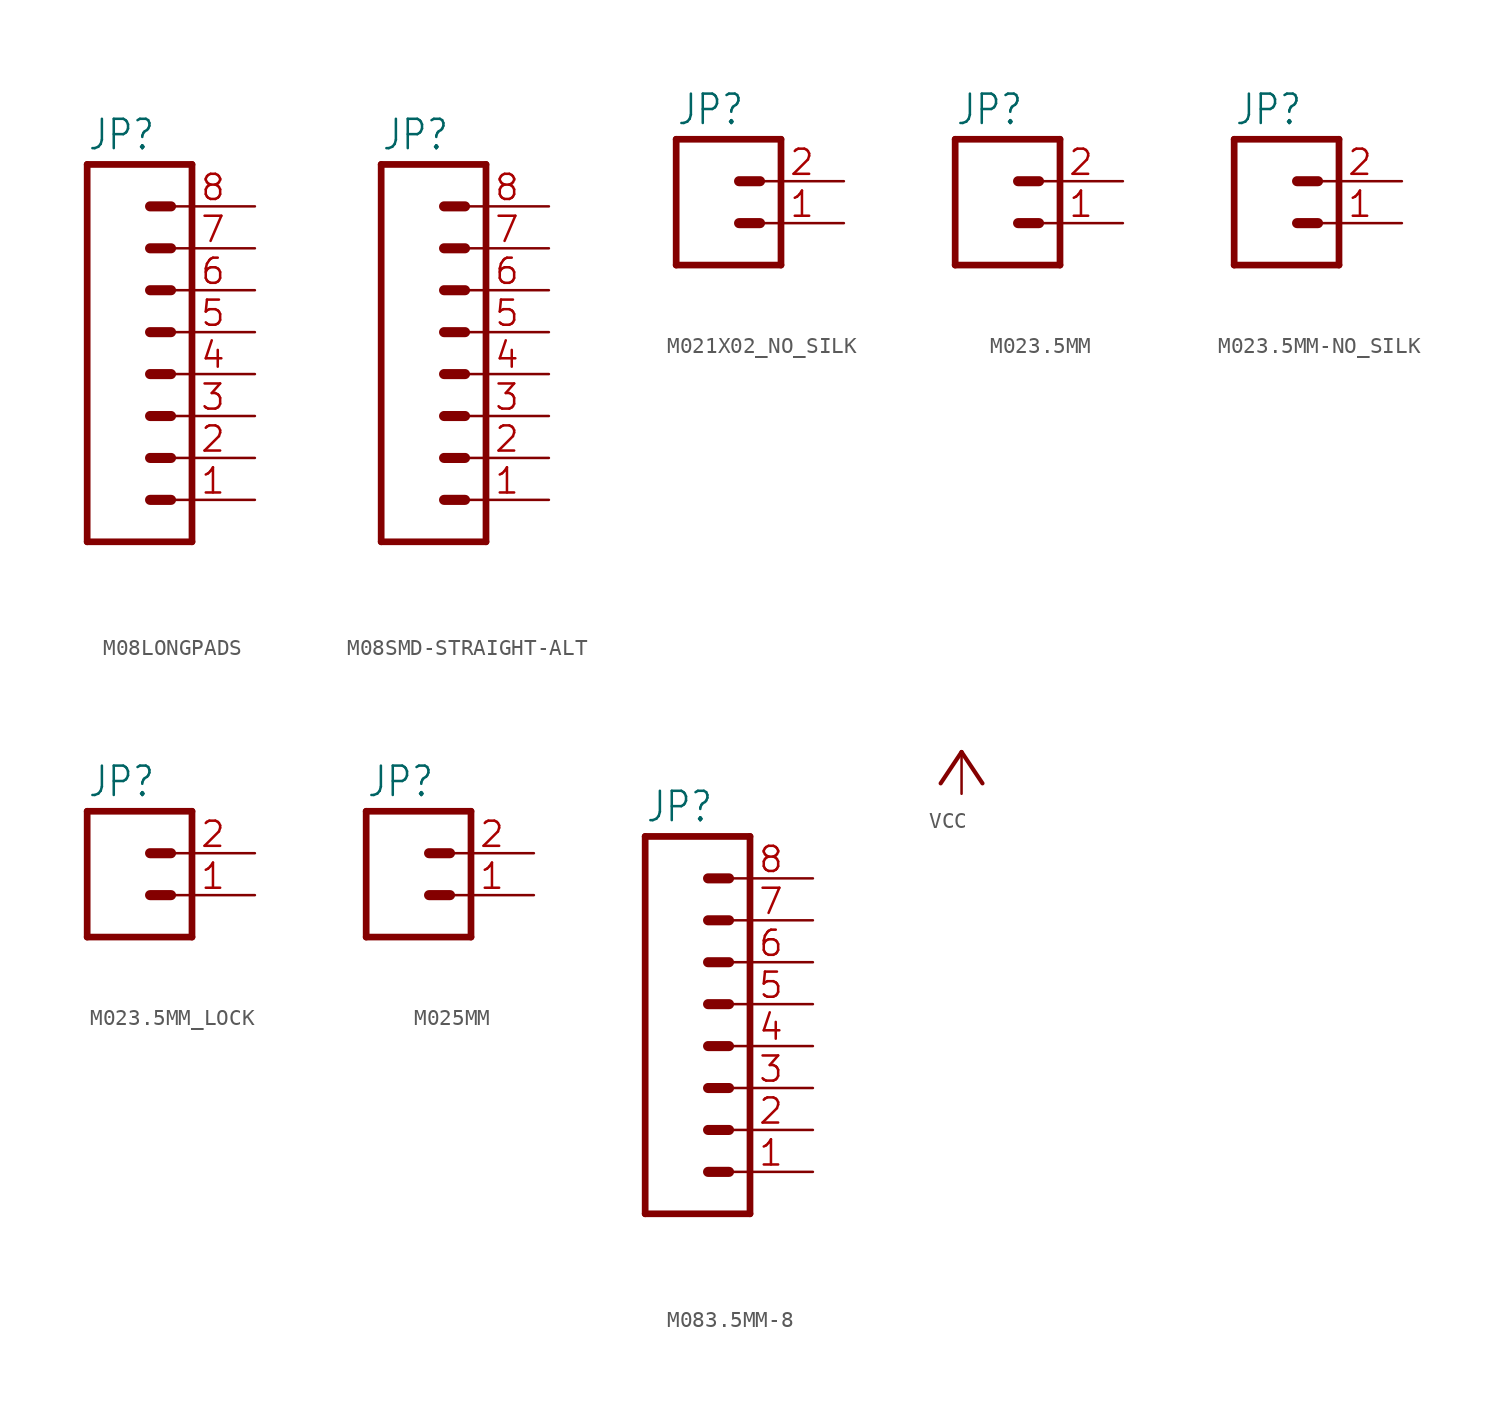
<source format=kicad_sym>
(kicad_symbol_lib
  (version 20241209)
  (generator "kicad_symbol_editor")
  (generator_version "9.0")
  (symbol "M08LONGPADS"
    (property "Reference" "JP"
      (at -5.08 13.462 0)
      (effects (font (size 1.778 1.511)) (justify left bottom)))
    (property "Value" ""
      (at -5.08 -12.7 0)
      (effects (font (size 1.778 1.511)) (justify left bottom)))
    (property "ki_locked" ""
      (at 0 0 0)
      (effects (font (size 1.27 1.27))))
    (symbol "M08LONGPADS_1_0"
      (polyline (pts (xy -5.08 12.7) (xy -5.08 -10.16)) (stroke (width 0.406) (type solid)) (fill (type none)))
      (polyline (pts (xy -5.08 12.7) (xy 1.27 12.7)) (stroke (width 0.406) (type solid)) (fill (type none)))
      (polyline (pts (xy -1.27 10.16) (xy 0 10.16)) (stroke (width 0.61) (type solid)) (fill (type none)))
      (polyline (pts (xy -1.27 7.62) (xy 0 7.62)) (stroke (width 0.61) (type solid)) (fill (type none)))
      (polyline (pts (xy -1.27 5.08) (xy 0 5.08)) (stroke (width 0.61) (type solid)) (fill (type none)))
      (polyline (pts (xy -1.27 2.54) (xy 0 2.54)) (stroke (width 0.61) (type solid)) (fill (type none)))
      (polyline (pts (xy -1.27 0) (xy 0 0)) (stroke (width 0.61) (type solid)) (fill (type none)))
      (polyline (pts (xy -1.27 -2.54) (xy 0 -2.54)) (stroke (width 0.61) (type solid)) (fill (type none)))
      (polyline (pts (xy -1.27 -5.08) (xy 0 -5.08)) (stroke (width 0.61) (type solid)) (fill (type none)))
      (polyline (pts (xy -1.27 -7.62) (xy 0 -7.62)) (stroke (width 0.61) (type solid)) (fill (type none)))
      (polyline (pts (xy 1.27 -10.16) (xy -5.08 -10.16)) (stroke (width 0.406) (type solid)) (fill (type none)))
      (polyline (pts (xy 1.27 -10.16) (xy 1.27 12.7)) (stroke (width 0.406) (type solid)) (fill (type none)))
      (pin passive line (at 5.08 10.16 180) (length 5.08) (name "8" (effects (font (size 0 0)))) (number "8" (effects (font (size 1.524 1.524)))))
      (pin passive line (at 5.08 7.62 180) (length 5.08) (name "7" (effects (font (size 0 0)))) (number "7" (effects (font (size 1.524 1.524)))))
      (pin passive line (at 5.08 5.08 180) (length 5.08) (name "6" (effects (font (size 0 0)))) (number "6" (effects (font (size 1.524 1.524)))))
      (pin passive line (at 5.08 2.54 180) (length 5.08) (name "5" (effects (font (size 0 0)))) (number "5" (effects (font (size 1.524 1.524)))))
      (pin passive line (at 5.08 0 180) (length 5.08) (name "4" (effects (font (size 0 0)))) (number "4" (effects (font (size 1.524 1.524)))))
      (pin passive line (at 5.08 -2.54 180) (length 5.08) (name "3" (effects (font (size 0 0)))) (number "3" (effects (font (size 1.524 1.524)))))
      (pin passive line (at 5.08 -5.08 180) (length 5.08) (name "2" (effects (font (size 0 0)))) (number "2" (effects (font (size 1.524 1.524)))))
      (pin passive line (at 5.08 -7.62 180) (length 5.08) (name "1" (effects (font (size 0 0)))) (number "1" (effects (font (size 1.524 1.524)))))))
  (symbol "M08SMD-STRAIGHT-ALT"
    (property "Reference" "JP"
      (at -5.08 13.462 0)
      (effects (font (size 1.778 1.511)) (justify left bottom)))
    (property "Value" ""
      (at -5.08 -12.7 0)
      (effects (font (size 1.778 1.511)) (justify left bottom)))
    (property "ki_locked" ""
      (at 0 0 0)
      (effects (font (size 1.27 1.27))))
    (symbol "M08SMD-STRAIGHT-ALT_1_0"
      (polyline (pts (xy -5.08 12.7) (xy -5.08 -10.16)) (stroke (width 0.406) (type solid)) (fill (type none)))
      (polyline (pts (xy -5.08 12.7) (xy 1.27 12.7)) (stroke (width 0.406) (type solid)) (fill (type none)))
      (polyline (pts (xy -1.27 10.16) (xy 0 10.16)) (stroke (width 0.61) (type solid)) (fill (type none)))
      (polyline (pts (xy -1.27 7.62) (xy 0 7.62)) (stroke (width 0.61) (type solid)) (fill (type none)))
      (polyline (pts (xy -1.27 5.08) (xy 0 5.08)) (stroke (width 0.61) (type solid)) (fill (type none)))
      (polyline (pts (xy -1.27 2.54) (xy 0 2.54)) (stroke (width 0.61) (type solid)) (fill (type none)))
      (polyline (pts (xy -1.27 0) (xy 0 0)) (stroke (width 0.61) (type solid)) (fill (type none)))
      (polyline (pts (xy -1.27 -2.54) (xy 0 -2.54)) (stroke (width 0.61) (type solid)) (fill (type none)))
      (polyline (pts (xy -1.27 -5.08) (xy 0 -5.08)) (stroke (width 0.61) (type solid)) (fill (type none)))
      (polyline (pts (xy -1.27 -7.62) (xy 0 -7.62)) (stroke (width 0.61) (type solid)) (fill (type none)))
      (polyline (pts (xy 1.27 -10.16) (xy -5.08 -10.16)) (stroke (width 0.406) (type solid)) (fill (type none)))
      (polyline (pts (xy 1.27 -10.16) (xy 1.27 12.7)) (stroke (width 0.406) (type solid)) (fill (type none)))
      (pin passive line (at 5.08 10.16 180) (length 5.08) (name "8" (effects (font (size 0 0)))) (number "8" (effects (font (size 1.524 1.524)))))
      (pin passive line (at 5.08 7.62 180) (length 5.08) (name "7" (effects (font (size 0 0)))) (number "7" (effects (font (size 1.524 1.524)))))
      (pin passive line (at 5.08 5.08 180) (length 5.08) (name "6" (effects (font (size 0 0)))) (number "6" (effects (font (size 1.524 1.524)))))
      (pin passive line (at 5.08 2.54 180) (length 5.08) (name "5" (effects (font (size 0 0)))) (number "5" (effects (font (size 1.524 1.524)))))
      (pin passive line (at 5.08 0 180) (length 5.08) (name "4" (effects (font (size 0 0)))) (number "4" (effects (font (size 1.524 1.524)))))
      (pin passive line (at 5.08 -2.54 180) (length 5.08) (name "3" (effects (font (size 0 0)))) (number "3" (effects (font (size 1.524 1.524)))))
      (pin passive line (at 5.08 -5.08 180) (length 5.08) (name "2" (effects (font (size 0 0)))) (number "2" (effects (font (size 1.524 1.524)))))
      (pin passive line (at 5.08 -7.62 180) (length 5.08) (name "1" (effects (font (size 0 0)))) (number "1" (effects (font (size 1.524 1.524)))))))
  (symbol "M021X02_NO_SILK"
    (property "Reference" "JP"
      (at -2.54 5.842 0)
      (effects (font (size 1.778 1.511)) (justify left bottom)))
    (property "Value" ""
      (at -2.54 -5.08 0)
      (effects (font (size 1.778 1.511)) (justify left bottom)))
    (property "ki_locked" ""
      (at 0 0 0)
      (effects (font (size 1.27 1.27))))
    (symbol "M021X02_NO_SILK_1_0"
      (polyline (pts (xy -2.54 5.08) (xy -2.54 -2.54)) (stroke (width 0.406) (type solid)) (fill (type none)))
      (polyline (pts (xy -2.54 5.08) (xy 3.81 5.08)) (stroke (width 0.406) (type solid)) (fill (type none)))
      (polyline (pts (xy 1.27 2.54) (xy 2.54 2.54)) (stroke (width 0.61) (type solid)) (fill (type none)))
      (polyline (pts (xy 1.27 0) (xy 2.54 0)) (stroke (width 0.61) (type solid)) (fill (type none)))
      (polyline (pts (xy 3.81 -2.54) (xy -2.54 -2.54)) (stroke (width 0.406) (type solid)) (fill (type none)))
      (polyline (pts (xy 3.81 -2.54) (xy 3.81 5.08)) (stroke (width 0.406) (type solid)) (fill (type none)))
      (pin passive line (at 7.62 2.54 180) (length 5.08) (name "2" (effects (font (size 0 0)))) (number "2" (effects (font (size 1.524 1.524)))))
      (pin passive line (at 7.62 0 180) (length 5.08) (name "1" (effects (font (size 0 0)))) (number "1" (effects (font (size 1.524 1.524)))))))
  (symbol "M023.5MM"
    (property "Reference" "JP"
      (at -2.54 5.842 0)
      (effects (font (size 1.778 1.511)) (justify left bottom)))
    (property "Value" ""
      (at -2.54 -5.08 0)
      (effects (font (size 1.778 1.511)) (justify left bottom)))
    (property "ki_locked" ""
      (at 0 0 0)
      (effects (font (size 1.27 1.27))))
    (symbol "M023.5MM_1_0"
      (polyline (pts (xy -2.54 5.08) (xy -2.54 -2.54)) (stroke (width 0.406) (type solid)) (fill (type none)))
      (polyline (pts (xy -2.54 5.08) (xy 3.81 5.08)) (stroke (width 0.406) (type solid)) (fill (type none)))
      (polyline (pts (xy 1.27 2.54) (xy 2.54 2.54)) (stroke (width 0.61) (type solid)) (fill (type none)))
      (polyline (pts (xy 1.27 0) (xy 2.54 0)) (stroke (width 0.61) (type solid)) (fill (type none)))
      (polyline (pts (xy 3.81 -2.54) (xy -2.54 -2.54)) (stroke (width 0.406) (type solid)) (fill (type none)))
      (polyline (pts (xy 3.81 -2.54) (xy 3.81 5.08)) (stroke (width 0.406) (type solid)) (fill (type none)))
      (pin passive line (at 7.62 2.54 180) (length 5.08) (name "2" (effects (font (size 0 0)))) (number "2" (effects (font (size 1.524 1.524)))))
      (pin passive line (at 7.62 0 180) (length 5.08) (name "1" (effects (font (size 0 0)))) (number "1" (effects (font (size 1.524 1.524)))))))
  (symbol "M023.5MM-NO_SILK"
    (property "Reference" "JP"
      (at -2.54 5.842 0)
      (effects (font (size 1.778 1.511)) (justify left bottom)))
    (property "Value" ""
      (at -2.54 -5.08 0)
      (effects (font (size 1.778 1.511)) (justify left bottom)))
    (property "ki_locked" ""
      (at 0 0 0)
      (effects (font (size 1.27 1.27))))
    (symbol "M023.5MM-NO_SILK_1_0"
      (polyline (pts (xy -2.54 5.08) (xy -2.54 -2.54)) (stroke (width 0.406) (type solid)) (fill (type none)))
      (polyline (pts (xy -2.54 5.08) (xy 3.81 5.08)) (stroke (width 0.406) (type solid)) (fill (type none)))
      (polyline (pts (xy 1.27 2.54) (xy 2.54 2.54)) (stroke (width 0.61) (type solid)) (fill (type none)))
      (polyline (pts (xy 1.27 0) (xy 2.54 0)) (stroke (width 0.61) (type solid)) (fill (type none)))
      (polyline (pts (xy 3.81 -2.54) (xy -2.54 -2.54)) (stroke (width 0.406) (type solid)) (fill (type none)))
      (polyline (pts (xy 3.81 -2.54) (xy 3.81 5.08)) (stroke (width 0.406) (type solid)) (fill (type none)))
      (pin passive line (at 7.62 2.54 180) (length 5.08) (name "2" (effects (font (size 0 0)))) (number "2" (effects (font (size 1.524 1.524)))))
      (pin passive line (at 7.62 0 180) (length 5.08) (name "1" (effects (font (size 0 0)))) (number "1" (effects (font (size 1.524 1.524)))))))
  (symbol "M023.5MM_LOCK"
    (property "Reference" "JP"
      (at -2.54 5.842 0)
      (effects (font (size 1.778 1.511)) (justify left bottom)))
    (property "Value" ""
      (at -2.54 -5.08 0)
      (effects (font (size 1.778 1.511)) (justify left bottom)))
    (property "ki_locked" ""
      (at 0 0 0)
      (effects (font (size 1.27 1.27))))
    (symbol "M023.5MM_LOCK_1_0"
      (polyline (pts (xy -2.54 5.08) (xy -2.54 -2.54)) (stroke (width 0.406) (type solid)) (fill (type none)))
      (polyline (pts (xy -2.54 5.08) (xy 3.81 5.08)) (stroke (width 0.406) (type solid)) (fill (type none)))
      (polyline (pts (xy 1.27 2.54) (xy 2.54 2.54)) (stroke (width 0.61) (type solid)) (fill (type none)))
      (polyline (pts (xy 1.27 0) (xy 2.54 0)) (stroke (width 0.61) (type solid)) (fill (type none)))
      (polyline (pts (xy 3.81 -2.54) (xy -2.54 -2.54)) (stroke (width 0.406) (type solid)) (fill (type none)))
      (polyline (pts (xy 3.81 -2.54) (xy 3.81 5.08)) (stroke (width 0.406) (type solid)) (fill (type none)))
      (pin passive line (at 7.62 2.54 180) (length 5.08) (name "2" (effects (font (size 0 0)))) (number "2" (effects (font (size 1.524 1.524)))))
      (pin passive line (at 7.62 0 180) (length 5.08) (name "1" (effects (font (size 0 0)))) (number "1" (effects (font (size 1.524 1.524)))))))
  (symbol "M025MM"
    (property "Reference" "JP"
      (at -2.54 5.842 0)
      (effects (font (size 1.778 1.511)) (justify left bottom)))
    (property "Value" ""
      (at -2.54 -5.08 0)
      (effects (font (size 1.778 1.511)) (justify left bottom)))
    (property "ki_locked" ""
      (at 0 0 0)
      (effects (font (size 1.27 1.27))))
    (symbol "M025MM_1_0"
      (polyline (pts (xy -2.54 5.08) (xy -2.54 -2.54)) (stroke (width 0.406) (type solid)) (fill (type none)))
      (polyline (pts (xy -2.54 5.08) (xy 3.81 5.08)) (stroke (width 0.406) (type solid)) (fill (type none)))
      (polyline (pts (xy 1.27 2.54) (xy 2.54 2.54)) (stroke (width 0.61) (type solid)) (fill (type none)))
      (polyline (pts (xy 1.27 0) (xy 2.54 0)) (stroke (width 0.61) (type solid)) (fill (type none)))
      (polyline (pts (xy 3.81 -2.54) (xy -2.54 -2.54)) (stroke (width 0.406) (type solid)) (fill (type none)))
      (polyline (pts (xy 3.81 -2.54) (xy 3.81 5.08)) (stroke (width 0.406) (type solid)) (fill (type none)))
      (pin passive line (at 7.62 2.54 180) (length 5.08) (name "2" (effects (font (size 0 0)))) (number "2" (effects (font (size 1.524 1.524)))))
      (pin passive line (at 7.62 0 180) (length 5.08) (name "1" (effects (font (size 0 0)))) (number "1" (effects (font (size 1.524 1.524)))))))
  (symbol "M083.5MM-8"
    (property "Reference" "JP"
      (at -5.08 13.462 0)
      (effects (font (size 1.778 1.511)) (justify left bottom)))
    (property "Value" ""
      (at -5.08 -12.7 0)
      (effects (font (size 1.778 1.511)) (justify left bottom)))
    (property "ki_locked" ""
      (at 0 0 0)
      (effects (font (size 1.27 1.27))))
    (symbol "M083.5MM-8_1_0"
      (polyline (pts (xy -5.08 12.7) (xy -5.08 -10.16)) (stroke (width 0.406) (type solid)) (fill (type none)))
      (polyline (pts (xy -5.08 12.7) (xy 1.27 12.7)) (stroke (width 0.406) (type solid)) (fill (type none)))
      (polyline (pts (xy -1.27 10.16) (xy 0 10.16)) (stroke (width 0.61) (type solid)) (fill (type none)))
      (polyline (pts (xy -1.27 7.62) (xy 0 7.62)) (stroke (width 0.61) (type solid)) (fill (type none)))
      (polyline (pts (xy -1.27 5.08) (xy 0 5.08)) (stroke (width 0.61) (type solid)) (fill (type none)))
      (polyline (pts (xy -1.27 2.54) (xy 0 2.54)) (stroke (width 0.61) (type solid)) (fill (type none)))
      (polyline (pts (xy -1.27 0) (xy 0 0)) (stroke (width 0.61) (type solid)) (fill (type none)))
      (polyline (pts (xy -1.27 -2.54) (xy 0 -2.54)) (stroke (width 0.61) (type solid)) (fill (type none)))
      (polyline (pts (xy -1.27 -5.08) (xy 0 -5.08)) (stroke (width 0.61) (type solid)) (fill (type none)))
      (polyline (pts (xy -1.27 -7.62) (xy 0 -7.62)) (stroke (width 0.61) (type solid)) (fill (type none)))
      (polyline (pts (xy 1.27 -10.16) (xy -5.08 -10.16)) (stroke (width 0.406) (type solid)) (fill (type none)))
      (polyline (pts (xy 1.27 -10.16) (xy 1.27 12.7)) (stroke (width 0.406) (type solid)) (fill (type none)))
      (pin passive line (at 5.08 10.16 180) (length 5.08) (name "8" (effects (font (size 0 0)))) (number "8" (effects (font (size 1.524 1.524)))))
      (pin passive line (at 5.08 7.62 180) (length 5.08) (name "7" (effects (font (size 0 0)))) (number "7" (effects (font (size 1.524 1.524)))))
      (pin passive line (at 5.08 5.08 180) (length 5.08) (name "6" (effects (font (size 0 0)))) (number "6" (effects (font (size 1.524 1.524)))))
      (pin passive line (at 5.08 2.54 180) (length 5.08) (name "5" (effects (font (size 0 0)))) (number "5" (effects (font (size 1.524 1.524)))))
      (pin passive line (at 5.08 0 180) (length 5.08) (name "4" (effects (font (size 0 0)))) (number "4" (effects (font (size 1.524 1.524)))))
      (pin passive line (at 5.08 -2.54 180) (length 5.08) (name "3" (effects (font (size 0 0)))) (number "3" (effects (font (size 1.524 1.524)))))
      (pin passive line (at 5.08 -5.08 180) (length 5.08) (name "2" (effects (font (size 0 0)))) (number "2" (effects (font (size 1.524 1.524)))))
      (pin passive line (at 5.08 -7.62 180) (length 5.08) (name "1" (effects (font (size 0 0)))) (number "1" (effects (font (size 1.524 1.524)))))))
  (symbol "VCC"
    (power)
    (property "Reference" "#P+"
      (at 0 0 0)
      (effects (font (size 1.27 1.27)) (hide yes)))
    (property "Value" ""
      (at -2.54 -2.54 90)
      (effects (font (size 1.778 1.511)) (justify left bottom)))
    (property "ki_locked" ""
      (at 0 0 0)
      (effects (font (size 1.27 1.27))))
    (symbol "VCC_1_0"
      (polyline (pts (xy 0 0) (xy -1.27 -1.905)) (stroke (width 0.254) (type solid)) (fill (type none)))
      (polyline (pts (xy 1.27 -1.905) (xy 0 0)) (stroke (width 0.254) (type solid)) (fill (type none)))
      (pin power_in line (at 0 -2.54 90) (length 2.54) (name "VCC" (effects (font (size 0 0)))) (number "1" (effects (font (size 0 0))))))))
</source>
